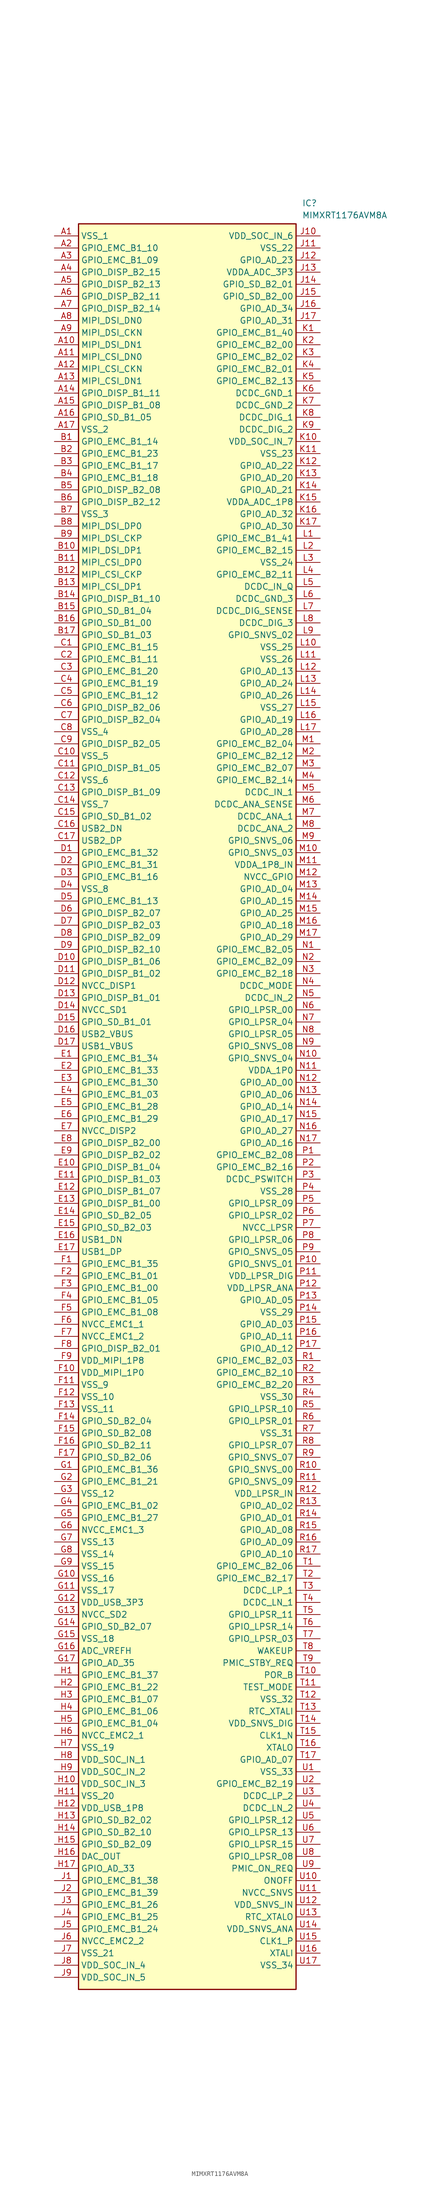
<source format=kicad_sym>
(kicad_symbol_lib
  (version 20211014)
  (generator SamacSys_ECAD_Model)
  (symbol "MIMXRT1176AVM8A"
    (property "Reference" "IC"
      (at 52.07 7.62 0)
      (effects (font (size 1.27 1.27)) (justify left top)))
    (property "Value" "MIMXRT1176AVM8A"
      (at 52.07 5.08 0)
      (effects (font (size 1.27 1.27)) (justify left top)))
    (rectangle
      (start 5.08 2.54)
      (end 50.8 -368.3)
      (stroke (width 0.254) (type default))
      (fill (type background)))
    (pin passive line
      (at 0 0 0)
      (length 5.08)
      (name "VSS_1" (effects (font (size 1.27 1.27))))
      (number "A1" (effects (font (size 1.27 1.27)))))
    (pin passive line
      (at 0 -2.54 0)
      (length 5.08)
      (name "GPIO_EMC_B1_10" (effects (font (size 1.27 1.27))))
      (number "A2" (effects (font (size 1.27 1.27)))))
    (pin passive line
      (at 0 -5.08 0)
      (length 5.08)
      (name "GPIO_EMC_B1_09" (effects (font (size 1.27 1.27))))
      (number "A3" (effects (font (size 1.27 1.27)))))
    (pin passive line
      (at 0 -7.62 0)
      (length 5.08)
      (name "GPIO_DISP_B2_15" (effects (font (size 1.27 1.27))))
      (number "A4" (effects (font (size 1.27 1.27)))))
    (pin passive line
      (at 0 -10.16 0)
      (length 5.08)
      (name "GPIO_DISP_B2_13" (effects (font (size 1.27 1.27))))
      (number "A5" (effects (font (size 1.27 1.27)))))
    (pin passive line
      (at 0 -12.7 0)
      (length 5.08)
      (name "GPIO_DISP_B2_11" (effects (font (size 1.27 1.27))))
      (number "A6" (effects (font (size 1.27 1.27)))))
    (pin passive line
      (at 0 -15.24 0)
      (length 5.08)
      (name "GPIO_DISP_B2_14" (effects (font (size 1.27 1.27))))
      (number "A7" (effects (font (size 1.27 1.27)))))
    (pin passive line
      (at 0 -17.78 0)
      (length 5.08)
      (name "MIPI_DSI_DN0" (effects (font (size 1.27 1.27))))
      (number "A8" (effects (font (size 1.27 1.27)))))
    (pin passive line
      (at 0 -20.32 0)
      (length 5.08)
      (name "MIPI_DSI_CKN" (effects (font (size 1.27 1.27))))
      (number "A9" (effects (font (size 1.27 1.27)))))
    (pin passive line
      (at 0 -22.86 0)
      (length 5.08)
      (name "MIPI_DSI_DN1" (effects (font (size 1.27 1.27))))
      (number "A10" (effects (font (size 1.27 1.27)))))
    (pin passive line
      (at 0 -25.4 0)
      (length 5.08)
      (name "MIPI_CSI_DN0" (effects (font (size 1.27 1.27))))
      (number "A11" (effects (font (size 1.27 1.27)))))
    (pin passive line
      (at 0 -27.94 0)
      (length 5.08)
      (name "MIPI_CSI_CKN" (effects (font (size 1.27 1.27))))
      (number "A12" (effects (font (size 1.27 1.27)))))
    (pin passive line
      (at 0 -30.48 0)
      (length 5.08)
      (name "MIPI_CSI_DN1" (effects (font (size 1.27 1.27))))
      (number "A13" (effects (font (size 1.27 1.27)))))
    (pin passive line
      (at 0 -33.02 0)
      (length 5.08)
      (name "GPIO_DISP_B1_11" (effects (font (size 1.27 1.27))))
      (number "A14" (effects (font (size 1.27 1.27)))))
    (pin passive line
      (at 0 -35.56 0)
      (length 5.08)
      (name "GPIO_DISP_B1_08" (effects (font (size 1.27 1.27))))
      (number "A15" (effects (font (size 1.27 1.27)))))
    (pin passive line
      (at 0 -38.1 0)
      (length 5.08)
      (name "GPIO_SD_B1_05" (effects (font (size 1.27 1.27))))
      (number "A16" (effects (font (size 1.27 1.27)))))
    (pin passive line
      (at 0 -40.64 0)
      (length 5.08)
      (name "VSS_2" (effects (font (size 1.27 1.27))))
      (number "A17" (effects (font (size 1.27 1.27)))))
    (pin passive line
      (at 0 -43.18 0)
      (length 5.08)
      (name "GPIO_EMC_B1_14" (effects (font (size 1.27 1.27))))
      (number "B1" (effects (font (size 1.27 1.27)))))
    (pin passive line
      (at 0 -45.72 0)
      (length 5.08)
      (name "GPIO_EMC_B1_23" (effects (font (size 1.27 1.27))))
      (number "B2" (effects (font (size 1.27 1.27)))))
    (pin passive line
      (at 0 -48.26 0)
      (length 5.08)
      (name "GPIO_EMC_B1_17" (effects (font (size 1.27 1.27))))
      (number "B3" (effects (font (size 1.27 1.27)))))
    (pin passive line
      (at 0 -50.8 0)
      (length 5.08)
      (name "GPIO_EMC_B1_18" (effects (font (size 1.27 1.27))))
      (number "B4" (effects (font (size 1.27 1.27)))))
    (pin passive line
      (at 0 -53.34 0)
      (length 5.08)
      (name "GPIO_DISP_B2_08" (effects (font (size 1.27 1.27))))
      (number "B5" (effects (font (size 1.27 1.27)))))
    (pin passive line
      (at 0 -55.88 0)
      (length 5.08)
      (name "GPIO_DISP_B2_12" (effects (font (size 1.27 1.27))))
      (number "B6" (effects (font (size 1.27 1.27)))))
    (pin passive line
      (at 0 -58.42 0)
      (length 5.08)
      (name "VSS_3" (effects (font (size 1.27 1.27))))
      (number "B7" (effects (font (size 1.27 1.27)))))
    (pin passive line
      (at 0 -60.96 0)
      (length 5.08)
      (name "MIPI_DSI_DP0" (effects (font (size 1.27 1.27))))
      (number "B8" (effects (font (size 1.27 1.27)))))
    (pin passive line
      (at 0 -63.5 0)
      (length 5.08)
      (name "MIPI_DSI_CKP" (effects (font (size 1.27 1.27))))
      (number "B9" (effects (font (size 1.27 1.27)))))
    (pin passive line
      (at 0 -66.04 0)
      (length 5.08)
      (name "MIPI_DSI_DP1" (effects (font (size 1.27 1.27))))
      (number "B10" (effects (font (size 1.27 1.27)))))
    (pin passive line
      (at 0 -68.58 0)
      (length 5.08)
      (name "MIPI_CSI_DP0" (effects (font (size 1.27 1.27))))
      (number "B11" (effects (font (size 1.27 1.27)))))
    (pin passive line
      (at 0 -71.12 0)
      (length 5.08)
      (name "MIPI_CSI_CKP" (effects (font (size 1.27 1.27))))
      (number "B12" (effects (font (size 1.27 1.27)))))
    (pin passive line
      (at 0 -73.66 0)
      (length 5.08)
      (name "MIPI_CSI_DP1" (effects (font (size 1.27 1.27))))
      (number "B13" (effects (font (size 1.27 1.27)))))
    (pin passive line
      (at 0 -76.2 0)
      (length 5.08)
      (name "GPIO_DISP_B1_10" (effects (font (size 1.27 1.27))))
      (number "B14" (effects (font (size 1.27 1.27)))))
    (pin passive line
      (at 0 -78.74 0)
      (length 5.08)
      (name "GPIO_SD_B1_04" (effects (font (size 1.27 1.27))))
      (number "B15" (effects (font (size 1.27 1.27)))))
    (pin passive line
      (at 0 -81.28 0)
      (length 5.08)
      (name "GPIO_SD_B1_00" (effects (font (size 1.27 1.27))))
      (number "B16" (effects (font (size 1.27 1.27)))))
    (pin passive line
      (at 0 -83.82 0)
      (length 5.08)
      (name "GPIO_SD_B1_03" (effects (font (size 1.27 1.27))))
      (number "B17" (effects (font (size 1.27 1.27)))))
    (pin passive line
      (at 0 -86.36 0)
      (length 5.08)
      (name "GPIO_EMC_B1_15" (effects (font (size 1.27 1.27))))
      (number "C1" (effects (font (size 1.27 1.27)))))
    (pin passive line
      (at 0 -88.9 0)
      (length 5.08)
      (name "GPIO_EMC_B1_11" (effects (font (size 1.27 1.27))))
      (number "C2" (effects (font (size 1.27 1.27)))))
    (pin passive line
      (at 0 -91.44 0)
      (length 5.08)
      (name "GPIO_EMC_B1_20" (effects (font (size 1.27 1.27))))
      (number "C3" (effects (font (size 1.27 1.27)))))
    (pin passive line
      (at 0 -93.98 0)
      (length 5.08)
      (name "GPIO_EMC_B1_19" (effects (font (size 1.27 1.27))))
      (number "C4" (effects (font (size 1.27 1.27)))))
    (pin passive line
      (at 0 -96.52 0)
      (length 5.08)
      (name "GPIO_EMC_B1_12" (effects (font (size 1.27 1.27))))
      (number "C5" (effects (font (size 1.27 1.27)))))
    (pin passive line
      (at 0 -99.06 0)
      (length 5.08)
      (name "GPIO_DISP_B2_06" (effects (font (size 1.27 1.27))))
      (number "C6" (effects (font (size 1.27 1.27)))))
    (pin passive line
      (at 0 -101.6 0)
      (length 5.08)
      (name "GPIO_DISP_B2_04" (effects (font (size 1.27 1.27))))
      (number "C7" (effects (font (size 1.27 1.27)))))
    (pin passive line
      (at 0 -104.14 0)
      (length 5.08)
      (name "VSS_4" (effects (font (size 1.27 1.27))))
      (number "C8" (effects (font (size 1.27 1.27)))))
    (pin passive line
      (at 0 -106.68 0)
      (length 5.08)
      (name "GPIO_DISP_B2_05" (effects (font (size 1.27 1.27))))
      (number "C9" (effects (font (size 1.27 1.27)))))
    (pin passive line
      (at 0 -109.22 0)
      (length 5.08)
      (name "VSS_5" (effects (font (size 1.27 1.27))))
      (number "C10" (effects (font (size 1.27 1.27)))))
    (pin passive line
      (at 0 -111.76 0)
      (length 5.08)
      (name "GPIO_DISP_B1_05" (effects (font (size 1.27 1.27))))
      (number "C11" (effects (font (size 1.27 1.27)))))
    (pin passive line
      (at 0 -114.3 0)
      (length 5.08)
      (name "VSS_6" (effects (font (size 1.27 1.27))))
      (number "C12" (effects (font (size 1.27 1.27)))))
    (pin passive line
      (at 0 -116.84 0)
      (length 5.08)
      (name "GPIO_DISP_B1_09" (effects (font (size 1.27 1.27))))
      (number "C13" (effects (font (size 1.27 1.27)))))
    (pin passive line
      (at 0 -119.38 0)
      (length 5.08)
      (name "VSS_7" (effects (font (size 1.27 1.27))))
      (number "C14" (effects (font (size 1.27 1.27)))))
    (pin passive line
      (at 0 -121.92 0)
      (length 5.08)
      (name "GPIO_SD_B1_02" (effects (font (size 1.27 1.27))))
      (number "C15" (effects (font (size 1.27 1.27)))))
    (pin passive line
      (at 0 -124.46 0)
      (length 5.08)
      (name "USB2_DN" (effects (font (size 1.27 1.27))))
      (number "C16" (effects (font (size 1.27 1.27)))))
    (pin passive line
      (at 0 -127 0)
      (length 5.08)
      (name "USB2_DP" (effects (font (size 1.27 1.27))))
      (number "C17" (effects (font (size 1.27 1.27)))))
    (pin passive line
      (at 0 -129.54 0)
      (length 5.08)
      (name "GPIO_EMC_B1_32" (effects (font (size 1.27 1.27))))
      (number "D1" (effects (font (size 1.27 1.27)))))
    (pin passive line
      (at 0 -132.08 0)
      (length 5.08)
      (name "GPIO_EMC_B1_31" (effects (font (size 1.27 1.27))))
      (number "D2" (effects (font (size 1.27 1.27)))))
    (pin passive line
      (at 0 -134.62 0)
      (length 5.08)
      (name "GPIO_EMC_B1_16" (effects (font (size 1.27 1.27))))
      (number "D3" (effects (font (size 1.27 1.27)))))
    (pin passive line
      (at 0 -137.16 0)
      (length 5.08)
      (name "VSS_8" (effects (font (size 1.27 1.27))))
      (number "D4" (effects (font (size 1.27 1.27)))))
    (pin passive line
      (at 0 -139.7 0)
      (length 5.08)
      (name "GPIO_EMC_B1_13" (effects (font (size 1.27 1.27))))
      (number "D5" (effects (font (size 1.27 1.27)))))
    (pin passive line
      (at 0 -142.24 0)
      (length 5.08)
      (name "GPIO_DISP_B2_07" (effects (font (size 1.27 1.27))))
      (number "D6" (effects (font (size 1.27 1.27)))))
    (pin passive line
      (at 0 -144.78 0)
      (length 5.08)
      (name "GPIO_DISP_B2_03" (effects (font (size 1.27 1.27))))
      (number "D7" (effects (font (size 1.27 1.27)))))
    (pin passive line
      (at 0 -147.32 0)
      (length 5.08)
      (name "GPIO_DISP_B2_09" (effects (font (size 1.27 1.27))))
      (number "D8" (effects (font (size 1.27 1.27)))))
    (pin passive line
      (at 0 -149.86 0)
      (length 5.08)
      (name "GPIO_DISP_B2_10" (effects (font (size 1.27 1.27))))
      (number "D9" (effects (font (size 1.27 1.27)))))
    (pin passive line
      (at 0 -152.4 0)
      (length 5.08)
      (name "GPIO_DISP_B1_06" (effects (font (size 1.27 1.27))))
      (number "D10" (effects (font (size 1.27 1.27)))))
    (pin passive line
      (at 0 -154.94 0)
      (length 5.08)
      (name "GPIO_DISP_B1_02" (effects (font (size 1.27 1.27))))
      (number "D11" (effects (font (size 1.27 1.27)))))
    (pin passive line
      (at 0 -157.48 0)
      (length 5.08)
      (name "NVCC_DISP1" (effects (font (size 1.27 1.27))))
      (number "D12" (effects (font (size 1.27 1.27)))))
    (pin passive line
      (at 0 -160.02 0)
      (length 5.08)
      (name "GPIO_DISP_B1_01" (effects (font (size 1.27 1.27))))
      (number "D13" (effects (font (size 1.27 1.27)))))
    (pin passive line
      (at 0 -162.56 0)
      (length 5.08)
      (name "NVCC_SD1" (effects (font (size 1.27 1.27))))
      (number "D14" (effects (font (size 1.27 1.27)))))
    (pin passive line
      (at 0 -165.1 0)
      (length 5.08)
      (name "GPIO_SD_B1_01" (effects (font (size 1.27 1.27))))
      (number "D15" (effects (font (size 1.27 1.27)))))
    (pin passive line
      (at 0 -167.64 0)
      (length 5.08)
      (name "USB2_VBUS" (effects (font (size 1.27 1.27))))
      (number "D16" (effects (font (size 1.27 1.27)))))
    (pin passive line
      (at 0 -170.18 0)
      (length 5.08)
      (name "USB1_VBUS" (effects (font (size 1.27 1.27))))
      (number "D17" (effects (font (size 1.27 1.27)))))
    (pin passive line
      (at 0 -172.72 0)
      (length 5.08)
      (name "GPIO_EMC_B1_34" (effects (font (size 1.27 1.27))))
      (number "E1" (effects (font (size 1.27 1.27)))))
    (pin passive line
      (at 0 -175.26 0)
      (length 5.08)
      (name "GPIO_EMC_B1_33" (effects (font (size 1.27 1.27))))
      (number "E2" (effects (font (size 1.27 1.27)))))
    (pin passive line
      (at 0 -177.8 0)
      (length 5.08)
      (name "GPIO_EMC_B1_30" (effects (font (size 1.27 1.27))))
      (number "E3" (effects (font (size 1.27 1.27)))))
    (pin passive line
      (at 0 -180.34 0)
      (length 5.08)
      (name "GPIO_EMC_B1_03" (effects (font (size 1.27 1.27))))
      (number "E4" (effects (font (size 1.27 1.27)))))
    (pin passive line
      (at 0 -182.88 0)
      (length 5.08)
      (name "GPIO_EMC_B1_28" (effects (font (size 1.27 1.27))))
      (number "E5" (effects (font (size 1.27 1.27)))))
    (pin passive line
      (at 0 -185.42 0)
      (length 5.08)
      (name "GPIO_EMC_B1_29" (effects (font (size 1.27 1.27))))
      (number "E6" (effects (font (size 1.27 1.27)))))
    (pin passive line
      (at 0 -187.96 0)
      (length 5.08)
      (name "NVCC_DISP2" (effects (font (size 1.27 1.27))))
      (number "E7" (effects (font (size 1.27 1.27)))))
    (pin passive line
      (at 0 -190.5 0)
      (length 5.08)
      (name "GPIO_DISP_B2_00" (effects (font (size 1.27 1.27))))
      (number "E8" (effects (font (size 1.27 1.27)))))
    (pin passive line
      (at 0 -193.04 0)
      (length 5.08)
      (name "GPIO_DISP_B2_02" (effects (font (size 1.27 1.27))))
      (number "E9" (effects (font (size 1.27 1.27)))))
    (pin passive line
      (at 0 -195.58 0)
      (length 5.08)
      (name "GPIO_DISP_B1_04" (effects (font (size 1.27 1.27))))
      (number "E10" (effects (font (size 1.27 1.27)))))
    (pin passive line
      (at 0 -198.12 0)
      (length 5.08)
      (name "GPIO_DISP_B1_03" (effects (font (size 1.27 1.27))))
      (number "E11" (effects (font (size 1.27 1.27)))))
    (pin passive line
      (at 0 -200.66 0)
      (length 5.08)
      (name "GPIO_DISP_B1_07" (effects (font (size 1.27 1.27))))
      (number "E12" (effects (font (size 1.27 1.27)))))
    (pin passive line
      (at 0 -203.2 0)
      (length 5.08)
      (name "GPIO_DISP_B1_00" (effects (font (size 1.27 1.27))))
      (number "E13" (effects (font (size 1.27 1.27)))))
    (pin passive line
      (at 0 -205.74 0)
      (length 5.08)
      (name "GPIO_SD_B2_05" (effects (font (size 1.27 1.27))))
      (number "E14" (effects (font (size 1.27 1.27)))))
    (pin passive line
      (at 0 -208.28 0)
      (length 5.08)
      (name "GPIO_SD_B2_03" (effects (font (size 1.27 1.27))))
      (number "E15" (effects (font (size 1.27 1.27)))))
    (pin passive line
      (at 0 -210.82 0)
      (length 5.08)
      (name "USB1_DN" (effects (font (size 1.27 1.27))))
      (number "E16" (effects (font (size 1.27 1.27)))))
    (pin passive line
      (at 0 -213.36 0)
      (length 5.08)
      (name "USB1_DP" (effects (font (size 1.27 1.27))))
      (number "E17" (effects (font (size 1.27 1.27)))))
    (pin passive line
      (at 0 -215.9 0)
      (length 5.08)
      (name "GPIO_EMC_B1_35" (effects (font (size 1.27 1.27))))
      (number "F1" (effects (font (size 1.27 1.27)))))
    (pin passive line
      (at 0 -218.44 0)
      (length 5.08)
      (name "GPIO_EMC_B1_01" (effects (font (size 1.27 1.27))))
      (number "F2" (effects (font (size 1.27 1.27)))))
    (pin passive line
      (at 0 -220.98 0)
      (length 5.08)
      (name "GPIO_EMC_B1_00" (effects (font (size 1.27 1.27))))
      (number "F3" (effects (font (size 1.27 1.27)))))
    (pin passive line
      (at 0 -223.52 0)
      (length 5.08)
      (name "GPIO_EMC_B1_05" (effects (font (size 1.27 1.27))))
      (number "F4" (effects (font (size 1.27 1.27)))))
    (pin passive line
      (at 0 -226.06 0)
      (length 5.08)
      (name "GPIO_EMC_B1_08" (effects (font (size 1.27 1.27))))
      (number "F5" (effects (font (size 1.27 1.27)))))
    (pin passive line
      (at 0 -228.6 0)
      (length 5.08)
      (name "NVCC_EMC1_1" (effects (font (size 1.27 1.27))))
      (number "F6" (effects (font (size 1.27 1.27)))))
    (pin passive line
      (at 0 -231.14 0)
      (length 5.08)
      (name "NVCC_EMC1_2" (effects (font (size 1.27 1.27))))
      (number "F7" (effects (font (size 1.27 1.27)))))
    (pin passive line
      (at 0 -233.68 0)
      (length 5.08)
      (name "GPIO_DISP_B2_01" (effects (font (size 1.27 1.27))))
      (number "F8" (effects (font (size 1.27 1.27)))))
    (pin passive line
      (at 0 -236.22 0)
      (length 5.08)
      (name "VDD_MIPI_1P8" (effects (font (size 1.27 1.27))))
      (number "F9" (effects (font (size 1.27 1.27)))))
    (pin passive line
      (at 0 -238.76 0)
      (length 5.08)
      (name "VDD_MIPI_1P0" (effects (font (size 1.27 1.27))))
      (number "F10" (effects (font (size 1.27 1.27)))))
    (pin passive line
      (at 0 -241.3 0)
      (length 5.08)
      (name "VSS_9" (effects (font (size 1.27 1.27))))
      (number "F11" (effects (font (size 1.27 1.27)))))
    (pin passive line
      (at 0 -243.84 0)
      (length 5.08)
      (name "VSS_10" (effects (font (size 1.27 1.27))))
      (number "F12" (effects (font (size 1.27 1.27)))))
    (pin passive line
      (at 0 -246.38 0)
      (length 5.08)
      (name "VSS_11" (effects (font (size 1.27 1.27))))
      (number "F13" (effects (font (size 1.27 1.27)))))
    (pin passive line
      (at 0 -248.92 0)
      (length 5.08)
      (name "GPIO_SD_B2_04" (effects (font (size 1.27 1.27))))
      (number "F14" (effects (font (size 1.27 1.27)))))
    (pin passive line
      (at 0 -251.46 0)
      (length 5.08)
      (name "GPIO_SD_B2_08" (effects (font (size 1.27 1.27))))
      (number "F15" (effects (font (size 1.27 1.27)))))
    (pin passive line
      (at 0 -254 0)
      (length 5.08)
      (name "GPIO_SD_B2_11" (effects (font (size 1.27 1.27))))
      (number "F16" (effects (font (size 1.27 1.27)))))
    (pin passive line
      (at 0 -256.54 0)
      (length 5.08)
      (name "GPIO_SD_B2_06" (effects (font (size 1.27 1.27))))
      (number "F17" (effects (font (size 1.27 1.27)))))
    (pin passive line
      (at 0 -259.08 0)
      (length 5.08)
      (name "GPIO_EMC_B1_36" (effects (font (size 1.27 1.27))))
      (number "G1" (effects (font (size 1.27 1.27)))))
    (pin passive line
      (at 0 -261.62 0)
      (length 5.08)
      (name "GPIO_EMC_B1_21" (effects (font (size 1.27 1.27))))
      (number "G2" (effects (font (size 1.27 1.27)))))
    (pin passive line
      (at 0 -264.16 0)
      (length 5.08)
      (name "VSS_12" (effects (font (size 1.27 1.27))))
      (number "G3" (effects (font (size 1.27 1.27)))))
    (pin passive line
      (at 0 -266.7 0)
      (length 5.08)
      (name "GPIO_EMC_B1_02" (effects (font (size 1.27 1.27))))
      (number "G4" (effects (font (size 1.27 1.27)))))
    (pin passive line
      (at 0 -269.24 0)
      (length 5.08)
      (name "GPIO_EMC_B1_27" (effects (font (size 1.27 1.27))))
      (number "G5" (effects (font (size 1.27 1.27)))))
    (pin passive line
      (at 0 -271.78 0)
      (length 5.08)
      (name "NVCC_EMC1_3" (effects (font (size 1.27 1.27))))
      (number "G6" (effects (font (size 1.27 1.27)))))
    (pin passive line
      (at 0 -274.32 0)
      (length 5.08)
      (name "VSS_13" (effects (font (size 1.27 1.27))))
      (number "G7" (effects (font (size 1.27 1.27)))))
    (pin passive line
      (at 0 -276.86 0)
      (length 5.08)
      (name "VSS_14" (effects (font (size 1.27 1.27))))
      (number "G8" (effects (font (size 1.27 1.27)))))
    (pin passive line
      (at 0 -279.4 0)
      (length 5.08)
      (name "VSS_15" (effects (font (size 1.27 1.27))))
      (number "G9" (effects (font (size 1.27 1.27)))))
    (pin passive line
      (at 0 -281.94 0)
      (length 5.08)
      (name "VSS_16" (effects (font (size 1.27 1.27))))
      (number "G10" (effects (font (size 1.27 1.27)))))
    (pin passive line
      (at 0 -284.48 0)
      (length 5.08)
      (name "VSS_17" (effects (font (size 1.27 1.27))))
      (number "G11" (effects (font (size 1.27 1.27)))))
    (pin passive line
      (at 0 -287.02 0)
      (length 5.08)
      (name "VDD_USB_3P3" (effects (font (size 1.27 1.27))))
      (number "G12" (effects (font (size 1.27 1.27)))))
    (pin passive line
      (at 0 -289.56 0)
      (length 5.08)
      (name "NVCC_SD2" (effects (font (size 1.27 1.27))))
      (number "G13" (effects (font (size 1.27 1.27)))))
    (pin passive line
      (at 0 -292.1 0)
      (length 5.08)
      (name "GPIO_SD_B2_07" (effects (font (size 1.27 1.27))))
      (number "G14" (effects (font (size 1.27 1.27)))))
    (pin passive line
      (at 0 -294.64 0)
      (length 5.08)
      (name "VSS_18" (effects (font (size 1.27 1.27))))
      (number "G15" (effects (font (size 1.27 1.27)))))
    (pin passive line
      (at 0 -297.18 0)
      (length 5.08)
      (name "ADC_VREFH" (effects (font (size 1.27 1.27))))
      (number "G16" (effects (font (size 1.27 1.27)))))
    (pin passive line
      (at 0 -299.72 0)
      (length 5.08)
      (name "GPIO_AD_35" (effects (font (size 1.27 1.27))))
      (number "G17" (effects (font (size 1.27 1.27)))))
    (pin passive line
      (at 0 -302.26 0)
      (length 5.08)
      (name "GPIO_EMC_B1_37" (effects (font (size 1.27 1.27))))
      (number "H1" (effects (font (size 1.27 1.27)))))
    (pin passive line
      (at 0 -304.8 0)
      (length 5.08)
      (name "GPIO_EMC_B1_22" (effects (font (size 1.27 1.27))))
      (number "H2" (effects (font (size 1.27 1.27)))))
    (pin passive line
      (at 0 -307.34 0)
      (length 5.08)
      (name "GPIO_EMC_B1_07" (effects (font (size 1.27 1.27))))
      (number "H3" (effects (font (size 1.27 1.27)))))
    (pin passive line
      (at 0 -309.88 0)
      (length 5.08)
      (name "GPIO_EMC_B1_06" (effects (font (size 1.27 1.27))))
      (number "H4" (effects (font (size 1.27 1.27)))))
    (pin passive line
      (at 0 -312.42 0)
      (length 5.08)
      (name "GPIO_EMC_B1_04" (effects (font (size 1.27 1.27))))
      (number "H5" (effects (font (size 1.27 1.27)))))
    (pin passive line
      (at 0 -314.96 0)
      (length 5.08)
      (name "NVCC_EMC2_1" (effects (font (size 1.27 1.27))))
      (number "H6" (effects (font (size 1.27 1.27)))))
    (pin passive line
      (at 0 -317.5 0)
      (length 5.08)
      (name "VSS_19" (effects (font (size 1.27 1.27))))
      (number "H7" (effects (font (size 1.27 1.27)))))
    (pin passive line
      (at 0 -320.04 0)
      (length 5.08)
      (name "VDD_SOC_IN_1" (effects (font (size 1.27 1.27))))
      (number "H8" (effects (font (size 1.27 1.27)))))
    (pin passive line
      (at 0 -322.58 0)
      (length 5.08)
      (name "VDD_SOC_IN_2" (effects (font (size 1.27 1.27))))
      (number "H9" (effects (font (size 1.27 1.27)))))
    (pin passive line
      (at 0 -325.12 0)
      (length 5.08)
      (name "VDD_SOC_IN_3" (effects (font (size 1.27 1.27))))
      (number "H10" (effects (font (size 1.27 1.27)))))
    (pin passive line
      (at 0 -327.66 0)
      (length 5.08)
      (name "VSS_20" (effects (font (size 1.27 1.27))))
      (number "H11" (effects (font (size 1.27 1.27)))))
    (pin passive line
      (at 0 -330.2 0)
      (length 5.08)
      (name "VDD_USB_1P8" (effects (font (size 1.27 1.27))))
      (number "H12" (effects (font (size 1.27 1.27)))))
    (pin passive line
      (at 0 -332.74 0)
      (length 5.08)
      (name "GPIO_SD_B2_02" (effects (font (size 1.27 1.27))))
      (number "H13" (effects (font (size 1.27 1.27)))))
    (pin passive line
      (at 0 -335.28 0)
      (length 5.08)
      (name "GPIO_SD_B2_10" (effects (font (size 1.27 1.27))))
      (number "H14" (effects (font (size 1.27 1.27)))))
    (pin passive line
      (at 0 -337.82 0)
      (length 5.08)
      (name "GPIO_SD_B2_09" (effects (font (size 1.27 1.27))))
      (number "H15" (effects (font (size 1.27 1.27)))))
    (pin passive line
      (at 0 -340.36 0)
      (length 5.08)
      (name "DAC_OUT" (effects (font (size 1.27 1.27))))
      (number "H16" (effects (font (size 1.27 1.27)))))
    (pin passive line
      (at 0 -342.9 0)
      (length 5.08)
      (name "GPIO_AD_33" (effects (font (size 1.27 1.27))))
      (number "H17" (effects (font (size 1.27 1.27)))))
    (pin passive line
      (at 0 -345.44 0)
      (length 5.08)
      (name "GPIO_EMC_B1_38" (effects (font (size 1.27 1.27))))
      (number "J1" (effects (font (size 1.27 1.27)))))
    (pin passive line
      (at 0 -347.98 0)
      (length 5.08)
      (name "GPIO_EMC_B1_39" (effects (font (size 1.27 1.27))))
      (number "J2" (effects (font (size 1.27 1.27)))))
    (pin passive line
      (at 0 -350.52 0)
      (length 5.08)
      (name "GPIO_EMC_B1_26" (effects (font (size 1.27 1.27))))
      (number "J3" (effects (font (size 1.27 1.27)))))
    (pin passive line
      (at 0 -353.06 0)
      (length 5.08)
      (name "GPIO_EMC_B1_25" (effects (font (size 1.27 1.27))))
      (number "J4" (effects (font (size 1.27 1.27)))))
    (pin passive line
      (at 0 -355.6 0)
      (length 5.08)
      (name "GPIO_EMC_B1_24" (effects (font (size 1.27 1.27))))
      (number "J5" (effects (font (size 1.27 1.27)))))
    (pin passive line
      (at 0 -358.14 0)
      (length 5.08)
      (name "NVCC_EMC2_2" (effects (font (size 1.27 1.27))))
      (number "J6" (effects (font (size 1.27 1.27)))))
    (pin passive line
      (at 0 -360.68 0)
      (length 5.08)
      (name "VSS_21" (effects (font (size 1.27 1.27))))
      (number "J7" (effects (font (size 1.27 1.27)))))
    (pin passive line
      (at 0 -363.22 0)
      (length 5.08)
      (name "VDD_SOC_IN_4" (effects (font (size 1.27 1.27))))
      (number "J8" (effects (font (size 1.27 1.27)))))
    (pin passive line
      (at 0 -365.76 0)
      (length 5.08)
      (name "VDD_SOC_IN_5" (effects (font (size 1.27 1.27))))
      (number "J9" (effects (font (size 1.27 1.27)))))
    (pin passive line
      (at 55.88 0 180)
      (length 5.08)
      (name "VDD_SOC_IN_6" (effects (font (size 1.27 1.27))))
      (number "J10" (effects (font (size 1.27 1.27)))))
    (pin passive line
      (at 55.88 -2.54 180)
      (length 5.08)
      (name "VSS_22" (effects (font (size 1.27 1.27))))
      (number "J11" (effects (font (size 1.27 1.27)))))
    (pin passive line
      (at 55.88 -5.08 180)
      (length 5.08)
      (name "GPIO_AD_23" (effects (font (size 1.27 1.27))))
      (number "J12" (effects (font (size 1.27 1.27)))))
    (pin passive line
      (at 55.88 -7.62 180)
      (length 5.08)
      (name "VDDA_ADC_3P3" (effects (font (size 1.27 1.27))))
      (number "J13" (effects (font (size 1.27 1.27)))))
    (pin passive line
      (at 55.88 -10.16 180)
      (length 5.08)
      (name "GPIO_SD_B2_01" (effects (font (size 1.27 1.27))))
      (number "J14" (effects (font (size 1.27 1.27)))))
    (pin passive line
      (at 55.88 -12.7 180)
      (length 5.08)
      (name "GPIO_SD_B2_00" (effects (font (size 1.27 1.27))))
      (number "J15" (effects (font (size 1.27 1.27)))))
    (pin passive line
      (at 55.88 -15.24 180)
      (length 5.08)
      (name "GPIO_AD_34" (effects (font (size 1.27 1.27))))
      (number "J16" (effects (font (size 1.27 1.27)))))
    (pin passive line
      (at 55.88 -17.78 180)
      (length 5.08)
      (name "GPIO_AD_31" (effects (font (size 1.27 1.27))))
      (number "J17" (effects (font (size 1.27 1.27)))))
    (pin passive line
      (at 55.88 -20.32 180)
      (length 5.08)
      (name "GPIO_EMC_B1_40" (effects (font (size 1.27 1.27))))
      (number "K1" (effects (font (size 1.27 1.27)))))
    (pin passive line
      (at 55.88 -22.86 180)
      (length 5.08)
      (name "GPIO_EMC_B2_00" (effects (font (size 1.27 1.27))))
      (number "K2" (effects (font (size 1.27 1.27)))))
    (pin passive line
      (at 55.88 -25.4 180)
      (length 5.08)
      (name "GPIO_EMC_B2_02" (effects (font (size 1.27 1.27))))
      (number "K3" (effects (font (size 1.27 1.27)))))
    (pin passive line
      (at 55.88 -27.94 180)
      (length 5.08)
      (name "GPIO_EMC_B2_01" (effects (font (size 1.27 1.27))))
      (number "K4" (effects (font (size 1.27 1.27)))))
    (pin passive line
      (at 55.88 -30.48 180)
      (length 5.08)
      (name "GPIO_EMC_B2_13" (effects (font (size 1.27 1.27))))
      (number "K5" (effects (font (size 1.27 1.27)))))
    (pin passive line
      (at 55.88 -33.02 180)
      (length 5.08)
      (name "DCDC_GND_1" (effects (font (size 1.27 1.27))))
      (number "K6" (effects (font (size 1.27 1.27)))))
    (pin passive line
      (at 55.88 -35.56 180)
      (length 5.08)
      (name "DCDC_GND_2" (effects (font (size 1.27 1.27))))
      (number "K7" (effects (font (size 1.27 1.27)))))
    (pin passive line
      (at 55.88 -38.1 180)
      (length 5.08)
      (name "DCDC_DIG_1" (effects (font (size 1.27 1.27))))
      (number "K8" (effects (font (size 1.27 1.27)))))
    (pin passive line
      (at 55.88 -40.64 180)
      (length 5.08)
      (name "DCDC_DIG_2" (effects (font (size 1.27 1.27))))
      (number "K9" (effects (font (size 1.27 1.27)))))
    (pin passive line
      (at 55.88 -43.18 180)
      (length 5.08)
      (name "VDD_SOC_IN_7" (effects (font (size 1.27 1.27))))
      (number "K10" (effects (font (size 1.27 1.27)))))
    (pin passive line
      (at 55.88 -45.72 180)
      (length 5.08)
      (name "VSS_23" (effects (font (size 1.27 1.27))))
      (number "K11" (effects (font (size 1.27 1.27)))))
    (pin passive line
      (at 55.88 -48.26 180)
      (length 5.08)
      (name "GPIO_AD_22" (effects (font (size 1.27 1.27))))
      (number "K12" (effects (font (size 1.27 1.27)))))
    (pin passive line
      (at 55.88 -50.8 180)
      (length 5.08)
      (name "GPIO_AD_20" (effects (font (size 1.27 1.27))))
      (number "K13" (effects (font (size 1.27 1.27)))))
    (pin passive line
      (at 55.88 -53.34 180)
      (length 5.08)
      (name "GPIO_AD_21" (effects (font (size 1.27 1.27))))
      (number "K14" (effects (font (size 1.27 1.27)))))
    (pin passive line
      (at 55.88 -55.88 180)
      (length 5.08)
      (name "VDDA_ADC_1P8" (effects (font (size 1.27 1.27))))
      (number "K15" (effects (font (size 1.27 1.27)))))
    (pin passive line
      (at 55.88 -58.42 180)
      (length 5.08)
      (name "GPIO_AD_32" (effects (font (size 1.27 1.27))))
      (number "K16" (effects (font (size 1.27 1.27)))))
    (pin passive line
      (at 55.88 -60.96 180)
      (length 5.08)
      (name "GPIO_AD_30" (effects (font (size 1.27 1.27))))
      (number "K17" (effects (font (size 1.27 1.27)))))
    (pin passive line
      (at 55.88 -63.5 180)
      (length 5.08)
      (name "GPIO_EMC_B1_41" (effects (font (size 1.27 1.27))))
      (number "L1" (effects (font (size 1.27 1.27)))))
    (pin passive line
      (at 55.88 -66.04 180)
      (length 5.08)
      (name "GPIO_EMC_B2_15" (effects (font (size 1.27 1.27))))
      (number "L2" (effects (font (size 1.27 1.27)))))
    (pin passive line
      (at 55.88 -68.58 180)
      (length 5.08)
      (name "VSS_24" (effects (font (size 1.27 1.27))))
      (number "L3" (effects (font (size 1.27 1.27)))))
    (pin passive line
      (at 55.88 -71.12 180)
      (length 5.08)
      (name "GPIO_EMC_B2_11" (effects (font (size 1.27 1.27))))
      (number "L4" (effects (font (size 1.27 1.27)))))
    (pin passive line
      (at 55.88 -73.66 180)
      (length 5.08)
      (name "DCDC_IN_Q" (effects (font (size 1.27 1.27))))
      (number "L5" (effects (font (size 1.27 1.27)))))
    (pin passive line
      (at 55.88 -76.2 180)
      (length 5.08)
      (name "DCDC_GND_3" (effects (font (size 1.27 1.27))))
      (number "L6" (effects (font (size 1.27 1.27)))))
    (pin passive line
      (at 55.88 -78.74 180)
      (length 5.08)
      (name "DCDC_DIG_SENSE" (effects (font (size 1.27 1.27))))
      (number "L7" (effects (font (size 1.27 1.27)))))
    (pin passive line
      (at 55.88 -81.28 180)
      (length 5.08)
      (name "DCDC_DIG_3" (effects (font (size 1.27 1.27))))
      (number "L8" (effects (font (size 1.27 1.27)))))
    (pin passive line
      (at 55.88 -83.82 180)
      (length 5.08)
      (name "GPIO_SNVS_02" (effects (font (size 1.27 1.27))))
      (number "L9" (effects (font (size 1.27 1.27)))))
    (pin passive line
      (at 55.88 -86.36 180)
      (length 5.08)
      (name "VSS_25" (effects (font (size 1.27 1.27))))
      (number "L10" (effects (font (size 1.27 1.27)))))
    (pin passive line
      (at 55.88 -88.9 180)
      (length 5.08)
      (name "VSS_26" (effects (font (size 1.27 1.27))))
      (number "L11" (effects (font (size 1.27 1.27)))))
    (pin passive line
      (at 55.88 -91.44 180)
      (length 5.08)
      (name "GPIO_AD_13" (effects (font (size 1.27 1.27))))
      (number "L12" (effects (font (size 1.27 1.27)))))
    (pin passive line
      (at 55.88 -93.98 180)
      (length 5.08)
      (name "GPIO_AD_24" (effects (font (size 1.27 1.27))))
      (number "L13" (effects (font (size 1.27 1.27)))))
    (pin passive line
      (at 55.88 -96.52 180)
      (length 5.08)
      (name "GPIO_AD_26" (effects (font (size 1.27 1.27))))
      (number "L14" (effects (font (size 1.27 1.27)))))
    (pin passive line
      (at 55.88 -99.06 180)
      (length 5.08)
      (name "VSS_27" (effects (font (size 1.27 1.27))))
      (number "L15" (effects (font (size 1.27 1.27)))))
    (pin passive line
      (at 55.88 -101.6 180)
      (length 5.08)
      (name "GPIO_AD_19" (effects (font (size 1.27 1.27))))
      (number "L16" (effects (font (size 1.27 1.27)))))
    (pin passive line
      (at 55.88 -104.14 180)
      (length 5.08)
      (name "GPIO_AD_28" (effects (font (size 1.27 1.27))))
      (number "L17" (effects (font (size 1.27 1.27)))))
    (pin passive line
      (at 55.88 -106.68 180)
      (length 5.08)
      (name "GPIO_EMC_B2_04" (effects (font (size 1.27 1.27))))
      (number "M1" (effects (font (size 1.27 1.27)))))
    (pin passive line
      (at 55.88 -109.22 180)
      (length 5.08)
      (name "GPIO_EMC_B2_12" (effects (font (size 1.27 1.27))))
      (number "M2" (effects (font (size 1.27 1.27)))))
    (pin passive line
      (at 55.88 -111.76 180)
      (length 5.08)
      (name "GPIO_EMC_B2_07" (effects (font (size 1.27 1.27))))
      (number "M3" (effects (font (size 1.27 1.27)))))
    (pin passive line
      (at 55.88 -114.3 180)
      (length 5.08)
      (name "GPIO_EMC_B2_14" (effects (font (size 1.27 1.27))))
      (number "M4" (effects (font (size 1.27 1.27)))))
    (pin passive line
      (at 55.88 -116.84 180)
      (length 5.08)
      (name "DCDC_IN_1" (effects (font (size 1.27 1.27))))
      (number "M5" (effects (font (size 1.27 1.27)))))
    (pin passive line
      (at 55.88 -119.38 180)
      (length 5.08)
      (name "DCDC_ANA_SENSE" (effects (font (size 1.27 1.27))))
      (number "M6" (effects (font (size 1.27 1.27)))))
    (pin passive line
      (at 55.88 -121.92 180)
      (length 5.08)
      (name "DCDC_ANA_1" (effects (font (size 1.27 1.27))))
      (number "M7" (effects (font (size 1.27 1.27)))))
    (pin passive line
      (at 55.88 -124.46 180)
      (length 5.08)
      (name "DCDC_ANA_2" (effects (font (size 1.27 1.27))))
      (number "M8" (effects (font (size 1.27 1.27)))))
    (pin passive line
      (at 55.88 -127 180)
      (length 5.08)
      (name "GPIO_SNVS_06" (effects (font (size 1.27 1.27))))
      (number "M9" (effects (font (size 1.27 1.27)))))
    (pin passive line
      (at 55.88 -129.54 180)
      (length 5.08)
      (name "GPIO_SNVS_03" (effects (font (size 1.27 1.27))))
      (number "M10" (effects (font (size 1.27 1.27)))))
    (pin passive line
      (at 55.88 -132.08 180)
      (length 5.08)
      (name "VDDA_1P8_IN" (effects (font (size 1.27 1.27))))
      (number "M11" (effects (font (size 1.27 1.27)))))
    (pin passive line
      (at 55.88 -134.62 180)
      (length 5.08)
      (name "NVCC_GPIO" (effects (font (size 1.27 1.27))))
      (number "M12" (effects (font (size 1.27 1.27)))))
    (pin passive line
      (at 55.88 -137.16 180)
      (length 5.08)
      (name "GPIO_AD_04" (effects (font (size 1.27 1.27))))
      (number "M13" (effects (font (size 1.27 1.27)))))
    (pin passive line
      (at 55.88 -139.7 180)
      (length 5.08)
      (name "GPIO_AD_15" (effects (font (size 1.27 1.27))))
      (number "M14" (effects (font (size 1.27 1.27)))))
    (pin passive line
      (at 55.88 -142.24 180)
      (length 5.08)
      (name "GPIO_AD_25" (effects (font (size 1.27 1.27))))
      (number "M15" (effects (font (size 1.27 1.27)))))
    (pin passive line
      (at 55.88 -144.78 180)
      (length 5.08)
      (name "GPIO_AD_18" (effects (font (size 1.27 1.27))))
      (number "M16" (effects (font (size 1.27 1.27)))))
    (pin passive line
      (at 55.88 -147.32 180)
      (length 5.08)
      (name "GPIO_AD_29" (effects (font (size 1.27 1.27))))
      (number "M17" (effects (font (size 1.27 1.27)))))
    (pin passive line
      (at 55.88 -149.86 180)
      (length 5.08)
      (name "GPIO_EMC_B2_05" (effects (font (size 1.27 1.27))))
      (number "N1" (effects (font (size 1.27 1.27)))))
    (pin passive line
      (at 55.88 -152.4 180)
      (length 5.08)
      (name "GPIO_EMC_B2_09" (effects (font (size 1.27 1.27))))
      (number "N2" (effects (font (size 1.27 1.27)))))
    (pin passive line
      (at 55.88 -154.94 180)
      (length 5.08)
      (name "GPIO_EMC_B2_18" (effects (font (size 1.27 1.27))))
      (number "N3" (effects (font (size 1.27 1.27)))))
    (pin passive line
      (at 55.88 -157.48 180)
      (length 5.08)
      (name "DCDC_MODE" (effects (font (size 1.27 1.27))))
      (number "N4" (effects (font (size 1.27 1.27)))))
    (pin passive line
      (at 55.88 -160.02 180)
      (length 5.08)
      (name "DCDC_IN_2" (effects (font (size 1.27 1.27))))
      (number "N5" (effects (font (size 1.27 1.27)))))
    (pin passive line
      (at 55.88 -162.56 180)
      (length 5.08)
      (name "GPIO_LPSR_00" (effects (font (size 1.27 1.27))))
      (number "N6" (effects (font (size 1.27 1.27)))))
    (pin passive line
      (at 55.88 -165.1 180)
      (length 5.08)
      (name "GPIO_LPSR_04" (effects (font (size 1.27 1.27))))
      (number "N7" (effects (font (size 1.27 1.27)))))
    (pin passive line
      (at 55.88 -167.64 180)
      (length 5.08)
      (name "GPIO_LPSR_05" (effects (font (size 1.27 1.27))))
      (number "N8" (effects (font (size 1.27 1.27)))))
    (pin passive line
      (at 55.88 -170.18 180)
      (length 5.08)
      (name "GPIO_SNVS_08" (effects (font (size 1.27 1.27))))
      (number "N9" (effects (font (size 1.27 1.27)))))
    (pin passive line
      (at 55.88 -172.72 180)
      (length 5.08)
      (name "GPIO_SNVS_04" (effects (font (size 1.27 1.27))))
      (number "N10" (effects (font (size 1.27 1.27)))))
    (pin passive line
      (at 55.88 -175.26 180)
      (length 5.08)
      (name "VDDA_1P0" (effects (font (size 1.27 1.27))))
      (number "N11" (effects (font (size 1.27 1.27)))))
    (pin passive line
      (at 55.88 -177.8 180)
      (length 5.08)
      (name "GPIO_AD_00" (effects (font (size 1.27 1.27))))
      (number "N12" (effects (font (size 1.27 1.27)))))
    (pin passive line
      (at 55.88 -180.34 180)
      (length 5.08)
      (name "GPIO_AD_06" (effects (font (size 1.27 1.27))))
      (number "N13" (effects (font (size 1.27 1.27)))))
    (pin passive line
      (at 55.88 -182.88 180)
      (length 5.08)
      (name "GPIO_AD_14" (effects (font (size 1.27 1.27))))
      (number "N14" (effects (font (size 1.27 1.27)))))
    (pin passive line
      (at 55.88 -185.42 180)
      (length 5.08)
      (name "GPIO_AD_17" (effects (font (size 1.27 1.27))))
      (number "N15" (effects (font (size 1.27 1.27)))))
    (pin passive line
      (at 55.88 -187.96 180)
      (length 5.08)
      (name "GPIO_AD_27" (effects (font (size 1.27 1.27))))
      (number "N16" (effects (font (size 1.27 1.27)))))
    (pin passive line
      (at 55.88 -190.5 180)
      (length 5.08)
      (name "GPIO_AD_16" (effects (font (size 1.27 1.27))))
      (number "N17" (effects (font (size 1.27 1.27)))))
    (pin passive line
      (at 55.88 -193.04 180)
      (length 5.08)
      (name "GPIO_EMC_B2_08" (effects (font (size 1.27 1.27))))
      (number "P1" (effects (font (size 1.27 1.27)))))
    (pin passive line
      (at 55.88 -195.58 180)
      (length 5.08)
      (name "GPIO_EMC_B2_16" (effects (font (size 1.27 1.27))))
      (number "P2" (effects (font (size 1.27 1.27)))))
    (pin passive line
      (at 55.88 -198.12 180)
      (length 5.08)
      (name "DCDC_PSWITCH" (effects (font (size 1.27 1.27))))
      (number "P3" (effects (font (size 1.27 1.27)))))
    (pin passive line
      (at 55.88 -200.66 180)
      (length 5.08)
      (name "VSS_28" (effects (font (size 1.27 1.27))))
      (number "P4" (effects (font (size 1.27 1.27)))))
    (pin passive line
      (at 55.88 -203.2 180)
      (length 5.08)
      (name "GPIO_LPSR_09" (effects (font (size 1.27 1.27))))
      (number "P5" (effects (font (size 1.27 1.27)))))
    (pin passive line
      (at 55.88 -205.74 180)
      (length 5.08)
      (name "GPIO_LPSR_02" (effects (font (size 1.27 1.27))))
      (number "P6" (effects (font (size 1.27 1.27)))))
    (pin passive line
      (at 55.88 -208.28 180)
      (length 5.08)
      (name "NVCC_LPSR" (effects (font (size 1.27 1.27))))
      (number "P7" (effects (font (size 1.27 1.27)))))
    (pin passive line
      (at 55.88 -210.82 180)
      (length 5.08)
      (name "GPIO_LPSR_06" (effects (font (size 1.27 1.27))))
      (number "P8" (effects (font (size 1.27 1.27)))))
    (pin passive line
      (at 55.88 -213.36 180)
      (length 5.08)
      (name "GPIO_SNVS_05" (effects (font (size 1.27 1.27))))
      (number "P9" (effects (font (size 1.27 1.27)))))
    (pin passive line
      (at 55.88 -215.9 180)
      (length 5.08)
      (name "GPIO_SNVS_01" (effects (font (size 1.27 1.27))))
      (number "P10" (effects (font (size 1.27 1.27)))))
    (pin passive line
      (at 55.88 -218.44 180)
      (length 5.08)
      (name "VDD_LPSR_DIG" (effects (font (size 1.27 1.27))))
      (number "P11" (effects (font (size 1.27 1.27)))))
    (pin passive line
      (at 55.88 -220.98 180)
      (length 5.08)
      (name "VDD_LPSR_ANA" (effects (font (size 1.27 1.27))))
      (number "P12" (effects (font (size 1.27 1.27)))))
    (pin passive line
      (at 55.88 -223.52 180)
      (length 5.08)
      (name "GPIO_AD_05" (effects (font (size 1.27 1.27))))
      (number "P13" (effects (font (size 1.27 1.27)))))
    (pin passive line
      (at 55.88 -226.06 180)
      (length 5.08)
      (name "VSS_29" (effects (font (size 1.27 1.27))))
      (number "P14" (effects (font (size 1.27 1.27)))))
    (pin passive line
      (at 55.88 -228.6 180)
      (length 5.08)
      (name "GPIO_AD_03" (effects (font (size 1.27 1.27))))
      (number "P15" (effects (font (size 1.27 1.27)))))
    (pin passive line
      (at 55.88 -231.14 180)
      (length 5.08)
      (name "GPIO_AD_11" (effects (font (size 1.27 1.27))))
      (number "P16" (effects (font (size 1.27 1.27)))))
    (pin passive line
      (at 55.88 -233.68 180)
      (length 5.08)
      (name "GPIO_AD_12" (effects (font (size 1.27 1.27))))
      (number "P17" (effects (font (size 1.27 1.27)))))
    (pin passive line
      (at 55.88 -236.22 180)
      (length 5.08)
      (name "GPIO_EMC_B2_03" (effects (font (size 1.27 1.27))))
      (number "R1" (effects (font (size 1.27 1.27)))))
    (pin passive line
      (at 55.88 -238.76 180)
      (length 5.08)
      (name "GPIO_EMC_B2_10" (effects (font (size 1.27 1.27))))
      (number "R2" (effects (font (size 1.27 1.27)))))
    (pin passive line
      (at 55.88 -241.3 180)
      (length 5.08)
      (name "GPIO_EMC_B2_20" (effects (font (size 1.27 1.27))))
      (number "R3" (effects (font (size 1.27 1.27)))))
    (pin passive line
      (at 55.88 -243.84 180)
      (length 5.08)
      (name "VSS_30" (effects (font (size 1.27 1.27))))
      (number "R4" (effects (font (size 1.27 1.27)))))
    (pin passive line
      (at 55.88 -246.38 180)
      (length 5.08)
      (name "GPIO_LPSR_10" (effects (font (size 1.27 1.27))))
      (number "R5" (effects (font (size 1.27 1.27)))))
    (pin passive line
      (at 55.88 -248.92 180)
      (length 5.08)
      (name "GPIO_LPSR_01" (effects (font (size 1.27 1.27))))
      (number "R6" (effects (font (size 1.27 1.27)))))
    (pin passive line
      (at 55.88 -251.46 180)
      (length 5.08)
      (name "VSS_31" (effects (font (size 1.27 1.27))))
      (number "R7" (effects (font (size 1.27 1.27)))))
    (pin passive line
      (at 55.88 -254 180)
      (length 5.08)
      (name "GPIO_LPSR_07" (effects (font (size 1.27 1.27))))
      (number "R8" (effects (font (size 1.27 1.27)))))
    (pin passive line
      (at 55.88 -256.54 180)
      (length 5.08)
      (name "GPIO_SNVS_07" (effects (font (size 1.27 1.27))))
      (number "R9" (effects (font (size 1.27 1.27)))))
    (pin passive line
      (at 55.88 -259.08 180)
      (length 5.08)
      (name "GPIO_SNVS_00" (effects (font (size 1.27 1.27))))
      (number "R10" (effects (font (size 1.27 1.27)))))
    (pin passive line
      (at 55.88 -261.62 180)
      (length 5.08)
      (name "GPIO_SNVS_09" (effects (font (size 1.27 1.27))))
      (number "R11" (effects (font (size 1.27 1.27)))))
    (pin passive line
      (at 55.88 -264.16 180)
      (length 5.08)
      (name "VDD_LPSR_IN" (effects (font (size 1.27 1.27))))
      (number "R12" (effects (font (size 1.27 1.27)))))
    (pin passive line
      (at 55.88 -266.7 180)
      (length 5.08)
      (name "GPIO_AD_02" (effects (font (size 1.27 1.27))))
      (number "R13" (effects (font (size 1.27 1.27)))))
    (pin passive line
      (at 55.88 -269.24 180)
      (length 5.08)
      (name "GPIO_AD_01" (effects (font (size 1.27 1.27))))
      (number "R14" (effects (font (size 1.27 1.27)))))
    (pin passive line
      (at 55.88 -271.78 180)
      (length 5.08)
      (name "GPIO_AD_08" (effects (font (size 1.27 1.27))))
      (number "R15" (effects (font (size 1.27 1.27)))))
    (pin passive line
      (at 55.88 -274.32 180)
      (length 5.08)
      (name "GPIO_AD_09" (effects (font (size 1.27 1.27))))
      (number "R16" (effects (font (size 1.27 1.27)))))
    (pin passive line
      (at 55.88 -276.86 180)
      (length 5.08)
      (name "GPIO_AD_10" (effects (font (size 1.27 1.27))))
      (number "R17" (effects (font (size 1.27 1.27)))))
    (pin passive line
      (at 55.88 -279.4 180)
      (length 5.08)
      (name "GPIO_EMC_B2_06" (effects (font (size 1.27 1.27))))
      (number "T1" (effects (font (size 1.27 1.27)))))
    (pin passive line
      (at 55.88 -281.94 180)
      (length 5.08)
      (name "GPIO_EMC_B2_17" (effects (font (size 1.27 1.27))))
      (number "T2" (effects (font (size 1.27 1.27)))))
    (pin passive line
      (at 55.88 -284.48 180)
      (length 5.08)
      (name "DCDC_LP_1" (effects (font (size 1.27 1.27))))
      (number "T3" (effects (font (size 1.27 1.27)))))
    (pin passive line
      (at 55.88 -287.02 180)
      (length 5.08)
      (name "DCDC_LN_1" (effects (font (size 1.27 1.27))))
      (number "T4" (effects (font (size 1.27 1.27)))))
    (pin passive line
      (at 55.88 -289.56 180)
      (length 5.08)
      (name "GPIO_LPSR_11" (effects (font (size 1.27 1.27))))
      (number "T5" (effects (font (size 1.27 1.27)))))
    (pin passive line
      (at 55.88 -292.1 180)
      (length 5.08)
      (name "GPIO_LPSR_14" (effects (font (size 1.27 1.27))))
      (number "T6" (effects (font (size 1.27 1.27)))))
    (pin passive line
      (at 55.88 -294.64 180)
      (length 5.08)
      (name "GPIO_LPSR_03" (effects (font (size 1.27 1.27))))
      (number "T7" (effects (font (size 1.27 1.27)))))
    (pin passive line
      (at 55.88 -297.18 180)
      (length 5.08)
      (name "WAKEUP" (effects (font (size 1.27 1.27))))
      (number "T8" (effects (font (size 1.27 1.27)))))
    (pin passive line
      (at 55.88 -299.72 180)
      (length 5.08)
      (name "PMIC_STBY_REQ" (effects (font (size 1.27 1.27))))
      (number "T9" (effects (font (size 1.27 1.27)))))
    (pin passive line
      (at 55.88 -302.26 180)
      (length 5.08)
      (name "POR_B" (effects (font (size 1.27 1.27))))
      (number "T10" (effects (font (size 1.27 1.27)))))
    (pin passive line
      (at 55.88 -304.8 180)
      (length 5.08)
      (name "TEST_MODE" (effects (font (size 1.27 1.27))))
      (number "T11" (effects (font (size 1.27 1.27)))))
    (pin passive line
      (at 55.88 -307.34 180)
      (length 5.08)
      (name "VSS_32" (effects (font (size 1.27 1.27))))
      (number "T12" (effects (font (size 1.27 1.27)))))
    (pin passive line
      (at 55.88 -309.88 180)
      (length 5.08)
      (name "RTC_XTALI" (effects (font (size 1.27 1.27))))
      (number "T13" (effects (font (size 1.27 1.27)))))
    (pin passive line
      (at 55.88 -312.42 180)
      (length 5.08)
      (name "VDD_SNVS_DIG" (effects (font (size 1.27 1.27))))
      (number "T14" (effects (font (size 1.27 1.27)))))
    (pin passive line
      (at 55.88 -314.96 180)
      (length 5.08)
      (name "CLK1_N" (effects (font (size 1.27 1.27))))
      (number "T15" (effects (font (size 1.27 1.27)))))
    (pin passive line
      (at 55.88 -317.5 180)
      (length 5.08)
      (name "XTALO" (effects (font (size 1.27 1.27))))
      (number "T16" (effects (font (size 1.27 1.27)))))
    (pin passive line
      (at 55.88 -320.04 180)
      (length 5.08)
      (name "GPIO_AD_07" (effects (font (size 1.27 1.27))))
      (number "T17" (effects (font (size 1.27 1.27)))))
    (pin passive line
      (at 55.88 -322.58 180)
      (length 5.08)
      (name "VSS_33" (effects (font (size 1.27 1.27))))
      (number "U1" (effects (font (size 1.27 1.27)))))
    (pin passive line
      (at 55.88 -325.12 180)
      (length 5.08)
      (name "GPIO_EMC_B2_19" (effects (font (size 1.27 1.27))))
      (number "U2" (effects (font (size 1.27 1.27)))))
    (pin passive line
      (at 55.88 -327.66 180)
      (length 5.08)
      (name "DCDC_LP_2" (effects (font (size 1.27 1.27))))
      (number "U3" (effects (font (size 1.27 1.27)))))
    (pin passive line
      (at 55.88 -330.2 180)
      (length 5.08)
      (name "DCDC_LN_2" (effects (font (size 1.27 1.27))))
      (number "U4" (effects (font (size 1.27 1.27)))))
    (pin passive line
      (at 55.88 -332.74 180)
      (length 5.08)
      (name "GPIO_LPSR_12" (effects (font (size 1.27 1.27))))
      (number "U5" (effects (font (size 1.27 1.27)))))
    (pin passive line
      (at 55.88 -335.28 180)
      (length 5.08)
      (name "GPIO_LPSR_13" (effects (font (size 1.27 1.27))))
      (number "U6" (effects (font (size 1.27 1.27)))))
    (pin passive line
      (at 55.88 -337.82 180)
      (length 5.08)
      (name "GPIO_LPSR_15" (effects (font (size 1.27 1.27))))
      (number "U7" (effects (font (size 1.27 1.27)))))
    (pin passive line
      (at 55.88 -340.36 180)
      (length 5.08)
      (name "GPIO_LPSR_08" (effects (font (size 1.27 1.27))))
      (number "U8" (effects (font (size 1.27 1.27)))))
    (pin passive line
      (at 55.88 -342.9 180)
      (length 5.08)
      (name "PMIC_ON_REQ" (effects (font (size 1.27 1.27))))
      (number "U9" (effects (font (size 1.27 1.27)))))
    (pin passive line
      (at 55.88 -345.44 180)
      (length 5.08)
      (name "ONOFF" (effects (font (size 1.27 1.27))))
      (number "U10" (effects (font (size 1.27 1.27)))))
    (pin passive line
      (at 55.88 -347.98 180)
      (length 5.08)
      (name "NVCC_SNVS" (effects (font (size 1.27 1.27))))
      (number "U11" (effects (font (size 1.27 1.27)))))
    (pin passive line
      (at 55.88 -350.52 180)
      (length 5.08)
      (name "VDD_SNVS_IN" (effects (font (size 1.27 1.27))))
      (number "U12" (effects (font (size 1.27 1.27)))))
    (pin passive line
      (at 55.88 -353.06 180)
      (length 5.08)
      (name "RTC_XTALO" (effects (font (size 1.27 1.27))))
      (number "U13" (effects (font (size 1.27 1.27)))))
    (pin passive line
      (at 55.88 -355.6 180)
      (length 5.08)
      (name "VDD_SNVS_ANA" (effects (font (size 1.27 1.27))))
      (number "U14" (effects (font (size 1.27 1.27)))))
    (pin passive line
      (at 55.88 -358.14 180)
      (length 5.08)
      (name "CLK1_P" (effects (font (size 1.27 1.27))))
      (number "U15" (effects (font (size 1.27 1.27)))))
    (pin passive line
      (at 55.88 -360.68 180)
      (length 5.08)
      (name "XTALI" (effects (font (size 1.27 1.27))))
      (number "U16" (effects (font (size 1.27 1.27)))))
    (pin passive line
      (at 55.88 -363.22 180)
      (length 5.08)
      (name "VSS_34" (effects (font (size 1.27 1.27))))
      (number "U17" (effects (font (size 1.27 1.27)))))))
</source>
